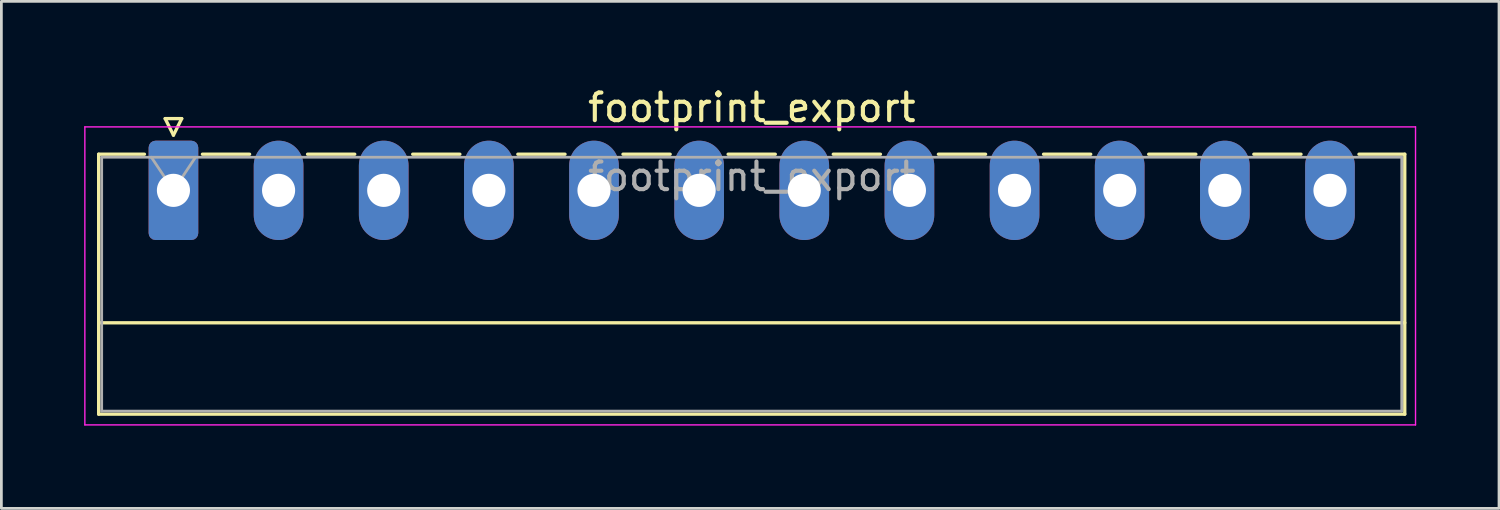
<source format=kicad_pcb>
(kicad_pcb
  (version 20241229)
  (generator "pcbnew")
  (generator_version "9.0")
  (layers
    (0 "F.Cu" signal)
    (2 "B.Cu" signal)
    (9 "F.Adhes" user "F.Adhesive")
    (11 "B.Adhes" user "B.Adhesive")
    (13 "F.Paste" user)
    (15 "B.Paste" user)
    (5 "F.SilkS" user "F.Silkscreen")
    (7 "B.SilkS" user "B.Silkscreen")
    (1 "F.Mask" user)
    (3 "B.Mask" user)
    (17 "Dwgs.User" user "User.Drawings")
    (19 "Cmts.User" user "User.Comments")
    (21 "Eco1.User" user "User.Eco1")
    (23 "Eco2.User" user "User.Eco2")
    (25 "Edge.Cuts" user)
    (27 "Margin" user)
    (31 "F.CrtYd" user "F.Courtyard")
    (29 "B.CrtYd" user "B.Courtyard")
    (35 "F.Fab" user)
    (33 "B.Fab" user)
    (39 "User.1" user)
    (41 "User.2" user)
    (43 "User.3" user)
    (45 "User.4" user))
  (footprint "footprint_export"
    (layer "F.Cu")
    (at 3.235 3.848)
    (property "Reference" "footprint_export" (at 20.96 -3 0) (layer "F.SilkS") (effects (font (size 1 1) (thickness 0.15))))
    (attr through_hole)
    (fp_line (start -2.71 -1.31) (end -2.71 8.11) (stroke (width 0.12) (type solid)) (layer "F.SilkS"))
    (fp_line (start -2.71 -1.31) (end -1.05 -1.31) (stroke (width 0.12) (type solid)) (layer "F.SilkS"))
    (fp_line (start -2.71 4.8) (end 44.62 4.8) (stroke (width 0.12) (type solid)) (layer "F.SilkS"))
    (fp_line (start -2.71 8.11) (end 44.62 8.11) (stroke (width 0.12) (type solid)) (layer "F.SilkS"))
    (fp_line (start -0.3 -2.6) (end 0.3 -2.6) (stroke (width 0.12) (type solid)) (layer "F.SilkS"))
    (fp_line (start 0 -2) (end -0.3 -2.6) (stroke (width 0.12) (type solid)) (layer "F.SilkS"))
    (fp_line (start 0.3 -2.6) (end 0 -2) (stroke (width 0.12) (type solid)) (layer "F.SilkS"))
    (fp_line (start 1.05 -1.31) (end 2.76 -1.31) (stroke (width 0.12) (type solid)) (layer "F.SilkS"))
    (fp_line (start 4.86 -1.31) (end 6.57 -1.31) (stroke (width 0.12) (type solid)) (layer "F.SilkS"))
    (fp_line (start 8.67 -1.31) (end 10.38 -1.31) (stroke (width 0.12) (type solid)) (layer "F.SilkS"))
    (fp_line (start 12.48 -1.31) (end 14.19 -1.31) (stroke (width 0.12) (type solid)) (layer "F.SilkS"))
    (fp_line (start 16.29 -1.31) (end 18 -1.31) (stroke (width 0.12) (type solid)) (layer "F.SilkS"))
    (fp_line (start 20.1 -1.31) (end 21.81 -1.31) (stroke (width 0.12) (type solid)) (layer "F.SilkS"))
    (fp_line (start 23.91 -1.31) (end 25.62 -1.31) (stroke (width 0.12) (type solid)) (layer "F.SilkS"))
    (fp_line (start 27.72 -1.31) (end 29.43 -1.31) (stroke (width 0.12) (type solid)) (layer "F.SilkS"))
    (fp_line (start 31.53 -1.31) (end 33.24 -1.31) (stroke (width 0.12) (type solid)) (layer "F.SilkS"))
    (fp_line (start 35.34 -1.31) (end 37.05 -1.31) (stroke (width 0.12) (type solid)) (layer "F.SilkS"))
    (fp_line (start 39.15 -1.31) (end 40.86 -1.31) (stroke (width 0.12) (type solid)) (layer "F.SilkS"))
    (fp_line (start 44.62 -1.31) (end 42.96 -1.31) (stroke (width 0.12) (type solid)) (layer "F.SilkS"))
    (fp_line (start 44.62 8.11) (end 44.62 -1.31) (stroke (width 0.12) (type solid)) (layer "F.SilkS"))
    (fp_line (start -3.21 -2.3) (end -3.21 8.5) (stroke (width 0.05) (type solid)) (layer "F.CrtYd"))
    (fp_line (start -3.21 8.5) (end 45.01 8.5) (stroke (width 0.05) (type solid)) (layer "F.CrtYd"))
    (fp_line (start 45.01 -2.3) (end -3.21 -2.3) (stroke (width 0.05) (type solid)) (layer "F.CrtYd"))
    (fp_line (start 45.01 8.5) (end 45.01 -2.3) (stroke (width 0.05) (type solid)) (layer "F.CrtYd"))
    (fp_line (start -2.6 -1.2) (end -2.6 8) (stroke (width 0.1) (type solid)) (layer "F.Fab"))
    (fp_line (start -2.6 8) (end 44.51 8) (stroke (width 0.1) (type solid)) (layer "F.Fab"))
    (fp_line (start 0 0) (end -0.8 -1.2) (stroke (width 0.1) (type solid)) (layer "F.Fab"))
    (fp_line (start 0.8 -1.2) (end 0 0) (stroke (width 0.1) (type solid)) (layer "F.Fab"))
    (fp_line (start 44.51 -1.2) (end -2.6 -1.2) (stroke (width 0.1) (type solid)) (layer "F.Fab"))
    (fp_line (start 44.51 8) (end 44.51 -1.2) (stroke (width 0.1) (type solid)) (layer "F.Fab"))
    (fp_text user "${REFERENCE}" (at 20.96 -0.5 0) (layer "F.Fab") (effects (font (size 1 1) (thickness 0.15))))
    (pad "1" thru_hole roundrect (at 0 0) (size 1.8 3.6) (drill 1.2) (layers "*.Cu" "*.Mask") (roundrect_rratio 0.139))
    (pad "2" thru_hole oval (at 3.81 0) (size 1.8 3.6) (drill 1.2) (layers "*.Cu" "*.Mask"))
    (pad "3" thru_hole oval (at 7.62 0) (size 1.8 3.6) (drill 1.2) (layers "*.Cu" "*.Mask"))
    (pad "4" thru_hole oval (at 11.43 0) (size 1.8 3.6) (drill 1.2) (layers "*.Cu" "*.Mask"))
    (pad "5" thru_hole oval (at 15.24 0) (size 1.8 3.6) (drill 1.2) (layers "*.Cu" "*.Mask"))
    (pad "6" thru_hole oval (at 19.05 0) (size 1.8 3.6) (drill 1.2) (layers "*.Cu" "*.Mask"))
    (pad "7" thru_hole oval (at 22.86 0) (size 1.8 3.6) (drill 1.2) (layers "*.Cu" "*.Mask"))
    (pad "8" thru_hole oval (at 26.67 0) (size 1.8 3.6) (drill 1.2) (layers "*.Cu" "*.Mask"))
    (pad "9" thru_hole oval (at 30.48 0) (size 1.8 3.6) (drill 1.2) (layers "*.Cu" "*.Mask"))
    (pad "10" thru_hole oval (at 34.29 0) (size 1.8 3.6) (drill 1.2) (layers "*.Cu" "*.Mask"))
    (pad "11" thru_hole oval (at 38.1 0) (size 1.8 3.6) (drill 1.2) (layers "*.Cu" "*.Mask"))
    (pad "12" thru_hole oval (at 41.91 0) (size 1.8 3.6) (drill 1.2) (layers "*.Cu" "*.Mask")))
  (gr_rect
    (start -3 -3)
    (end 51.27 15.373)
    (stroke (width 0.1) (type default))
    (fill no)
    (layer "Edge.Cuts")))
</source>
